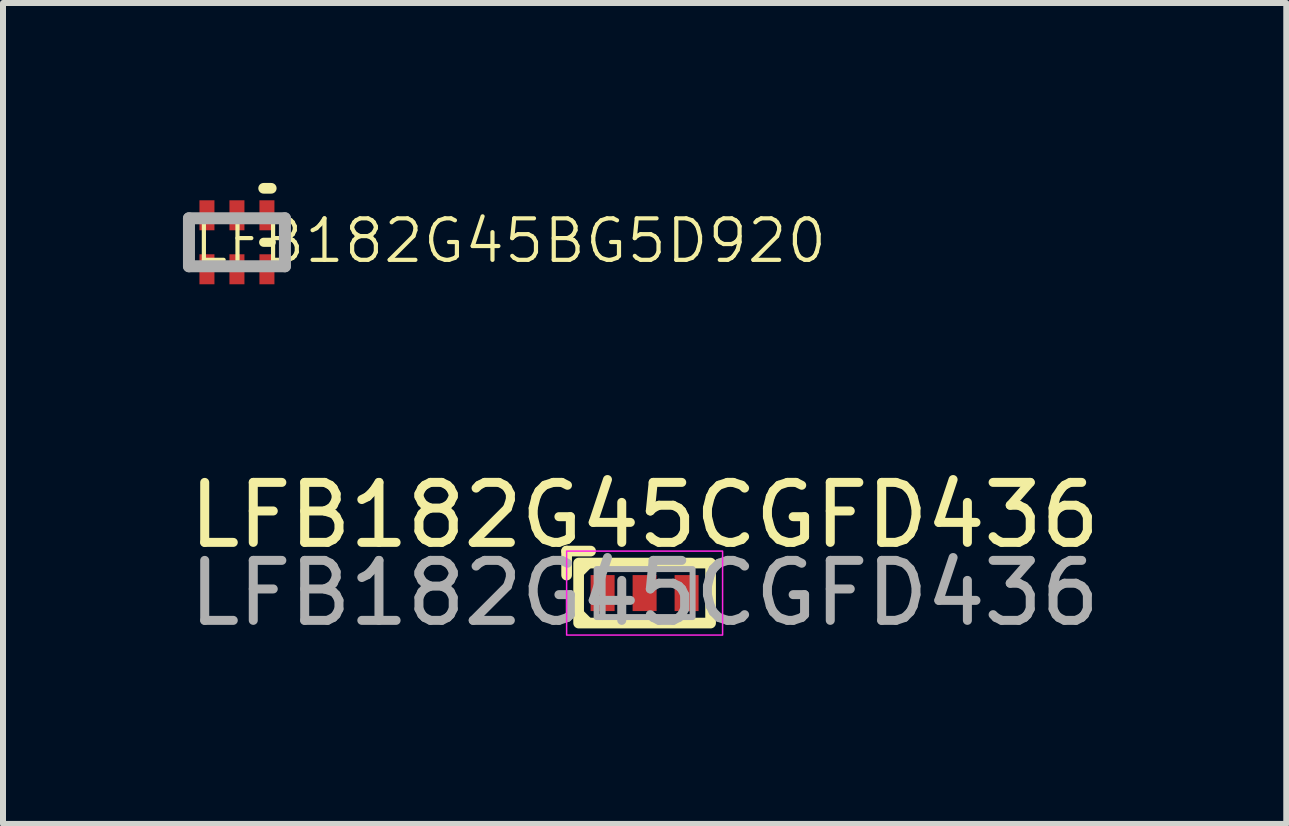
<source format=kicad_pcb>
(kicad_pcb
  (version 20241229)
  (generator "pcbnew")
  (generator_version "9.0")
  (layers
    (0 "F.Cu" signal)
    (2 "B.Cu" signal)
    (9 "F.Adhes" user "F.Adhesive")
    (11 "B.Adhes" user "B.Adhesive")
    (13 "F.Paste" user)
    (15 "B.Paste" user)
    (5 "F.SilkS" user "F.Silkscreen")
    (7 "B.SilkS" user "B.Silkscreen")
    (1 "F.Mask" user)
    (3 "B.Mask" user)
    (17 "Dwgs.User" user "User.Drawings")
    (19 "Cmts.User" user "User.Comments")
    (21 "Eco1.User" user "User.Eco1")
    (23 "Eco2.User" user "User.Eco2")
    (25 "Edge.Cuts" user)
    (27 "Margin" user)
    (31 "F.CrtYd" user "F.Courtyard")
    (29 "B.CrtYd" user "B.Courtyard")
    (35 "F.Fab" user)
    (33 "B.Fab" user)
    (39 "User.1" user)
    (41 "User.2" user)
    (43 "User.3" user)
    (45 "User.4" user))
  (footprint "LFB182G45BG5D920"
    (layer "F.Cu")
    (at 0.9 0.989)
    (property "Reference" "LFB182G45BG5D920" (at -0.762 0.381 0) (unlocked yes) (layer "F.SilkS") (effects (font (size 0.692 0.692) (thickness 0.07)) (justify left bottom)))
    (fp_line (start -0.8 -0.4) (end -0.8 0.4) (stroke (width 0.178) (type solid)) (layer "F.SilkS"))
    (fp_line (start 0.445 -0.9) (end 0.572 -0.9) (stroke (width 0.178) (type solid)) (layer "F.SilkS"))
    (fp_line (start 0.445 0) (end 0.572 0) (stroke (width 0.152) (type solid)) (layer "F.SilkS"))
    (fp_line (start 0.8 -0.4) (end 0.8 0.4) (stroke (width 0.178) (type solid)) (layer "F.SilkS"))
    (fp_line (start -0.8 -0.4) (end 0.8 -0.4) (stroke (width 0.2) (type solid)) (layer "F.Fab"))
    (fp_line (start -0.8 0.4) (end -0.8 -0.4) (stroke (width 0.2) (type solid)) (layer "F.Fab"))
    (fp_line (start 0.8 -0.4) (end 0.8 0.4) (stroke (width 0.2) (type solid)) (layer "F.Fab"))
    (fp_line (start 0.8 0.4) (end -0.8 0.4) (stroke (width 0.2) (type solid)) (layer "F.Fab"))
    (pad "1" smd rect (at 0.5 -0.45 90) (size 0.5 0.25) (layers "F.Cu" "F.Mask" "F.Paste"))
    (pad "2" smd rect (at 0 -0.45 90) (size 0.5 0.25) (layers "F.Cu" "F.Mask" "F.Paste"))
    (pad "3" smd rect (at -0.5 -0.45 90) (size 0.5 0.25) (layers "F.Cu" "F.Mask" "F.Paste"))
    (pad "4" smd rect (at -0.5 0.45 90) (size 0.5 0.25) (layers "F.Cu" "F.Mask" "F.Paste"))
    (pad "5" smd rect (at 0 0.45 90) (size 0.5 0.25) (layers "F.Cu" "F.Mask" "F.Paste"))
    (pad "6" smd rect (at 0.5 0.45 90) (size 0.5 0.25) (layers "F.Cu" "F.Mask" "F.Paste")))
  (footprint "LFB182G45CGFD436"
    (layer "F.Cu")
    (at 7.696 6.837)
    (property "Reference" "LFB182G45CGFD436" (at 0 -1.3 0) (unlocked yes) (layer "F.SilkS") (effects (font (size 1 1) (thickness 0.15))))
    (attr smd)
    (fp_line (start -1.3 -0.7) (end -0.9 -0.7) (stroke (width 0.178) (type solid)) (layer "F.SilkS"))
    (fp_line (start -1.3 -0.3) (end -1.3 -0.7) (stroke (width 0.178) (type solid)) (layer "F.SilkS"))
    (fp_line (start -1.1 -0.3) (end -0.9 -0.5) (stroke (width 0.12) (type solid)) (layer "F.SilkS"))
    (fp_line (start -1.1 0.3) (end -0.9 0.5) (stroke (width 0.12) (type solid)) (layer "F.SilkS"))
    (fp_rect (start -1.1 -0.5) (end 1.1 0.5) (stroke (width 0.178) (type solid)) (fill no) (layer "F.SilkS"))
    (fp_rect (start -1.3 -0.7) (end 1.3 0.7) (stroke (width 0.025) (type solid)) (fill no) (layer "F.CrtYd"))
    (fp_line (start -0.7 -0.4) (end -0.7 0.4) (stroke (width 0.1) (type solid)) (layer "F.Fab"))
    (fp_rect (start -0.8 -0.4) (end 0.8 0.4) (stroke (width 0.1) (type solid)) (fill no) (layer "F.Fab"))
    (fp_text user "${REFERENCE}" (at 0 0 0) (unlocked yes) (layer "F.Fab") (effects (font (size 1 1) (thickness 0.15))))
    (pad "1" smd rect (at -0.7 0) (size 0.4 0.6) (layers "F.Cu" "F.Mask" "F.Paste"))
    (pad "2" smd rect (at 0 0) (size 0.4 0.6) (layers "F.Cu" "F.Mask" "F.Paste"))
    (pad "3" smd rect (at 0.7 0) (size 0.4 0.6) (layers "F.Cu" "F.Mask" "F.Paste")))
  (gr_rect
    (start -3 -3)
    (end 18.393 10.685)
    (stroke (width 0.1) (type default))
    (fill no)
    (layer "Edge.Cuts")))
</source>
